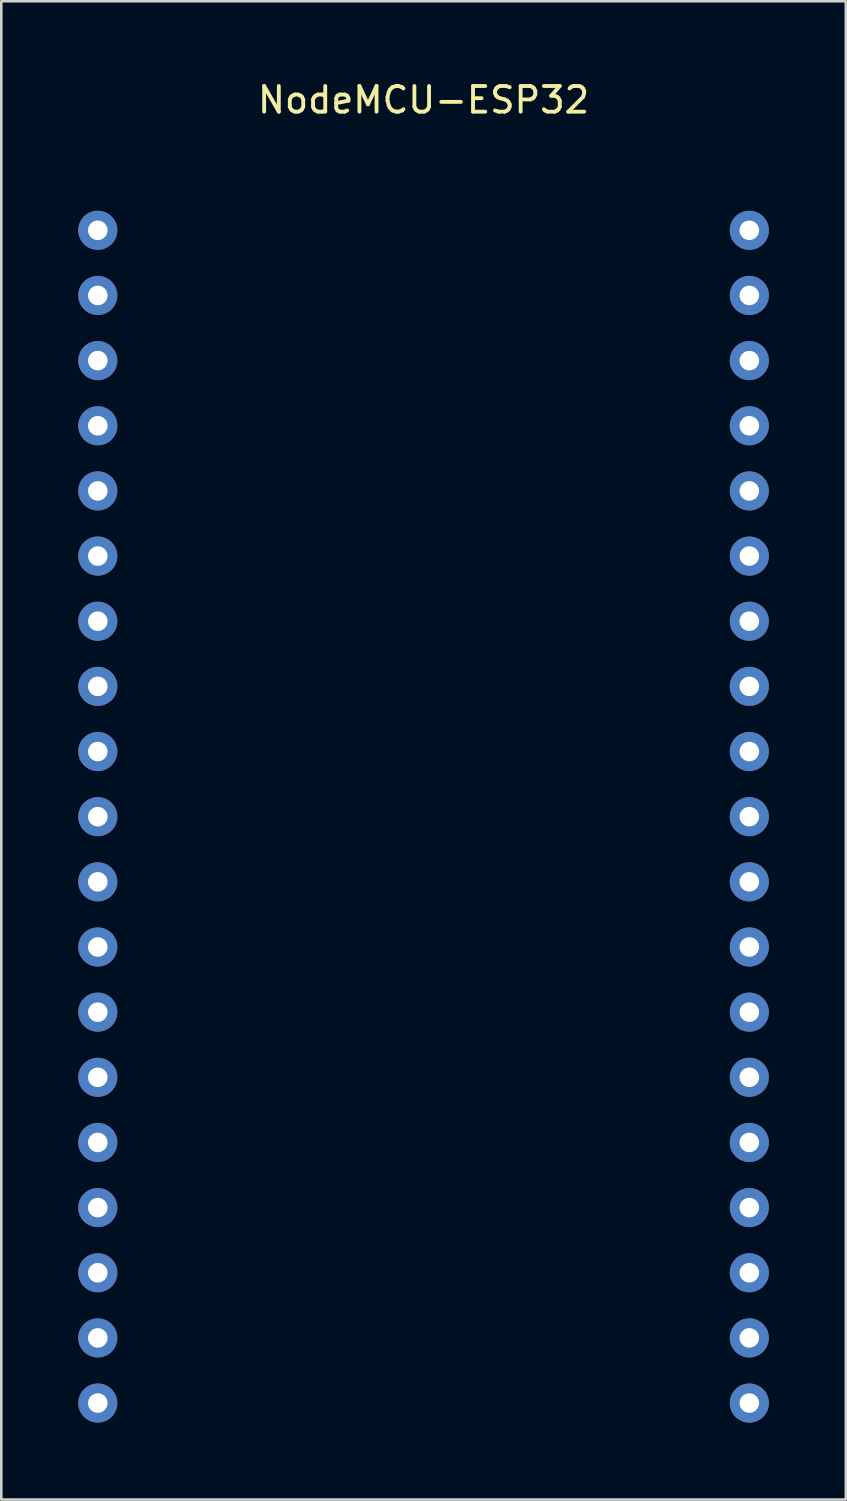
<source format=kicad_pcb>
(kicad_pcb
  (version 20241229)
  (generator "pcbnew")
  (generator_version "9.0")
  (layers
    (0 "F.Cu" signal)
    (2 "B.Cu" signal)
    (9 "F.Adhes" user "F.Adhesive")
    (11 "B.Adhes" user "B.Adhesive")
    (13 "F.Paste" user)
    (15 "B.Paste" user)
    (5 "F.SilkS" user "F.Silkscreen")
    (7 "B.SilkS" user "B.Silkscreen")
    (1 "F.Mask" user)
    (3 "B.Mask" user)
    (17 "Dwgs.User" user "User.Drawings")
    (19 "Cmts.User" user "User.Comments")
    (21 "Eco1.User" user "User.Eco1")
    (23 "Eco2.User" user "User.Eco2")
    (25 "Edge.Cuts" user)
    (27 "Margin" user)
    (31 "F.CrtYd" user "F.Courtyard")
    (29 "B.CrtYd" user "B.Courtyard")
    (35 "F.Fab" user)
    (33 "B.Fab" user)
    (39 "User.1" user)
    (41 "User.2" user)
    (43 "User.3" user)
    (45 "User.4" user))
  (footprint "NodeMCU-ESP32"
    (layer "F.Cu")
    (at 13.462 26.248)
    (property "Reference" "NodeMCU-ESP32" (at 0 -25.4 0) (layer "F.SilkS") (effects (font (size 1 1) (thickness 0.15))))
    (attr through_hole)
    (pad "1" thru_hole circle (at -12.7 -20.32) (size 1.524 1.524) (drill 0.762) (layers "*.Cu" "*.Mask"))
    (pad "2" thru_hole circle (at -12.7 -17.78) (size 1.524 1.524) (drill 0.762) (layers "*.Cu" "*.Mask"))
    (pad "3" thru_hole circle (at -12.7 -15.24) (size 1.524 1.524) (drill 0.762) (layers "*.Cu" "*.Mask"))
    (pad "4" thru_hole circle (at -12.7 -12.7) (size 1.524 1.524) (drill 0.762) (layers "*.Cu" "*.Mask"))
    (pad "5" thru_hole circle (at -12.7 -10.16) (size 1.524 1.524) (drill 0.762) (layers "*.Cu" "*.Mask"))
    (pad "6" thru_hole circle (at -12.7 -7.62) (size 1.524 1.524) (drill 0.762) (layers "*.Cu" "*.Mask"))
    (pad "7" thru_hole circle (at -12.7 -5.08) (size 1.524 1.524) (drill 0.762) (layers "*.Cu" "*.Mask"))
    (pad "8" thru_hole circle (at -12.7 -2.54) (size 1.524 1.524) (drill 0.762) (layers "*.Cu" "*.Mask"))
    (pad "9" thru_hole circle (at -12.7 0) (size 1.524 1.524) (drill 0.762) (layers "*.Cu" "*.Mask"))
    (pad "10" thru_hole circle (at -12.7 2.54) (size 1.524 1.524) (drill 0.762) (layers "*.Cu" "*.Mask"))
    (pad "11" thru_hole circle (at -12.7 5.08) (size 1.524 1.524) (drill 0.762) (layers "*.Cu" "*.Mask"))
    (pad "12" thru_hole circle (at -12.7 7.62) (size 1.524 1.524) (drill 0.762) (layers "*.Cu" "*.Mask"))
    (pad "13" thru_hole circle (at -12.7 10.16) (size 1.524 1.524) (drill 0.762) (layers "*.Cu" "*.Mask"))
    (pad "14" thru_hole circle (at -12.7 12.7) (size 1.524 1.524) (drill 0.762) (layers "*.Cu" "*.Mask"))
    (pad "15" thru_hole circle (at -12.7 15.24) (size 1.524 1.524) (drill 0.762) (layers "*.Cu" "*.Mask"))
    (pad "16" thru_hole circle (at -12.7 17.78) (size 1.524 1.524) (drill 0.762) (layers "*.Cu" "*.Mask"))
    (pad "17" thru_hole circle (at -12.7 20.32) (size 1.524 1.524) (drill 0.762) (layers "*.Cu" "*.Mask"))
    (pad "18" thru_hole circle (at -12.7 22.86) (size 1.524 1.524) (drill 0.762) (layers "*.Cu" "*.Mask"))
    (pad "19" thru_hole circle (at -12.7 25.4) (size 1.524 1.524) (drill 0.762) (layers "*.Cu" "*.Mask"))
    (pad "20" thru_hole circle (at 12.7 25.4) (size 1.524 1.524) (drill 0.762) (layers "*.Cu" "*.Mask"))
    (pad "21" thru_hole circle (at 12.7 22.86) (size 1.524 1.524) (drill 0.762) (layers "*.Cu" "*.Mask"))
    (pad "22" thru_hole circle (at 12.7 20.32) (size 1.524 1.524) (drill 0.762) (layers "*.Cu" "*.Mask"))
    (pad "23" thru_hole circle (at 12.7 17.78) (size 1.524 1.524) (drill 0.762) (layers "*.Cu" "*.Mask"))
    (pad "24" thru_hole circle (at 12.7 15.24) (size 1.524 1.524) (drill 0.762) (layers "*.Cu" "*.Mask"))
    (pad "25" thru_hole circle (at 12.7 12.7) (size 1.524 1.524) (drill 0.762) (layers "*.Cu" "*.Mask"))
    (pad "26" thru_hole circle (at 12.7 10.16) (size 1.524 1.524) (drill 0.762) (layers "*.Cu" "*.Mask"))
    (pad "27" thru_hole circle (at 12.7 7.62) (size 1.524 1.524) (drill 0.762) (layers "*.Cu" "*.Mask"))
    (pad "28" thru_hole circle (at 12.7 5.08) (size 1.524 1.524) (drill 0.762) (layers "*.Cu" "*.Mask"))
    (pad "29" thru_hole circle (at 12.7 2.54) (size 1.524 1.524) (drill 0.762) (layers "*.Cu" "*.Mask"))
    (pad "30" thru_hole circle (at 12.7 0) (size 1.524 1.524) (drill 0.762) (layers "*.Cu" "*.Mask"))
    (pad "31" thru_hole circle (at 12.7 -2.54) (size 1.524 1.524) (drill 0.762) (layers "*.Cu" "*.Mask"))
    (pad "32" thru_hole circle (at 12.7 -5.08) (size 1.524 1.524) (drill 0.762) (layers "*.Cu" "*.Mask"))
    (pad "33" thru_hole circle (at 12.7 -7.62) (size 1.524 1.524) (drill 0.762) (layers "*.Cu" "*.Mask"))
    (pad "34" thru_hole circle (at 12.7 -10.16) (size 1.524 1.524) (drill 0.762) (layers "*.Cu" "*.Mask"))
    (pad "35" thru_hole circle (at 12.7 -12.7) (size 1.524 1.524) (drill 0.762) (layers "*.Cu" "*.Mask"))
    (pad "36" thru_hole circle (at 12.7 -15.24) (size 1.524 1.524) (drill 0.762) (layers "*.Cu" "*.Mask"))
    (pad "37" thru_hole circle (at 12.7 -17.78) (size 1.524 1.524) (drill 0.762) (layers "*.Cu" "*.Mask"))
    (pad "38" thru_hole circle (at 12.7 -20.32) (size 1.524 1.524) (drill 0.762) (layers "*.Cu" "*.Mask")))
  (gr_rect
    (start -3 -3)
    (end 29.924 55.41)
    (stroke (width 0.1) (type default))
    (fill no)
    (layer "Edge.Cuts")))
</source>
